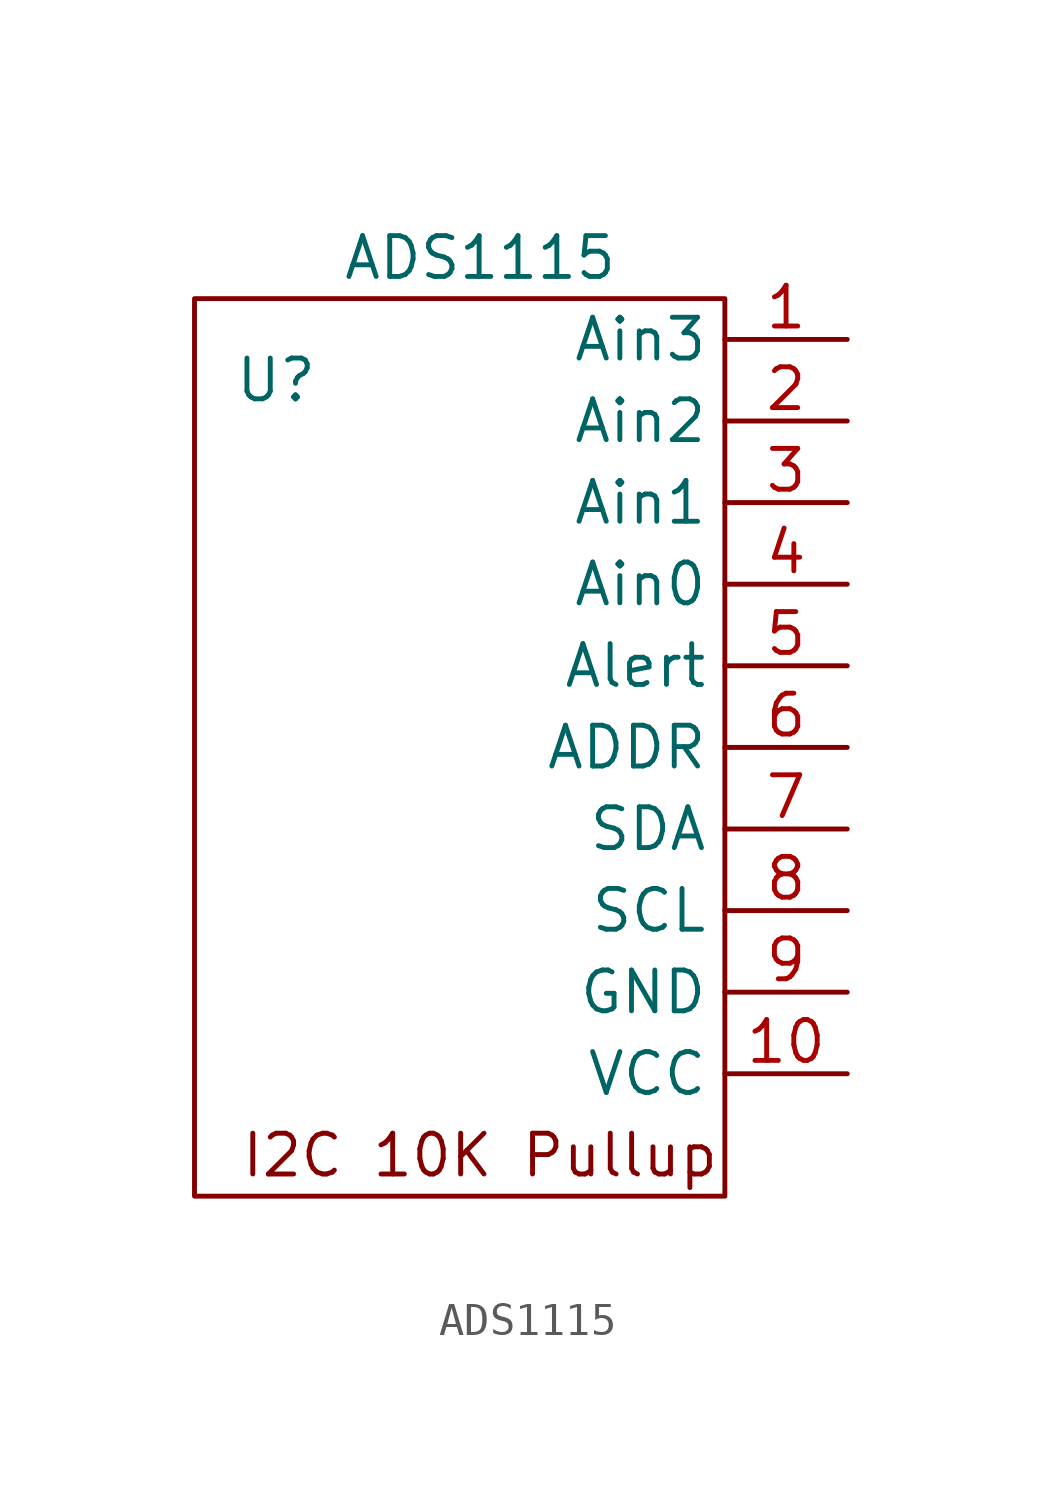
<source format=kicad_sym>
(kicad_symbol_lib
  (version 20211014)
  (generator kicad_symbol_editor)
  (symbol "ADS1115"
    (property "Reference" "U"
      (at 2.54 -2.54 0)
      (effects (font (size 1.27 1.27))))
    (property "Value" "ADS1115"
      (at 8.89 1.27 0)
      (effects (font (size 1.27 1.27))))
    (symbol "ADS1115_0_0"
      (text "I2C 10K Pullup" (at 8.89 -26.67 0) (effects (font (size 1.27 1.27)))))
    (symbol "ADS1115_0_1"
      (rectangle (start 0 0) (end 16.51 -27.94) (stroke (width 0) (type default) (color 0 0 0 0)) (fill (type none))))
    (symbol "ADS1115_1_1"
      (pin passive line (at 20.32 -1.27 180) (length 3.81) (name "Ain3" (effects (font (size 1.27 1.27)))) (number "1" (effects (font (size 1.27 1.27)))))
      (pin passive line (at 20.32 -24.13 180) (length 3.81) (name "VCC" (effects (font (size 1.27 1.27)))) (number "10" (effects (font (size 1.27 1.27)))))
      (pin passive line (at 20.32 -3.81 180) (length 3.81) (name "Ain2" (effects (font (size 1.27 1.27)))) (number "2" (effects (font (size 1.27 1.27)))))
      (pin passive line (at 20.32 -6.35 180) (length 3.81) (name "Ain1" (effects (font (size 1.27 1.27)))) (number "3" (effects (font (size 1.27 1.27)))))
      (pin passive line (at 20.32 -8.89 180) (length 3.81) (name "Ain0" (effects (font (size 1.27 1.27)))) (number "4" (effects (font (size 1.27 1.27)))))
      (pin passive line (at 20.32 -11.43 180) (length 3.81) (name "Alert" (effects (font (size 1.27 1.27)))) (number "5" (effects (font (size 1.27 1.27)))))
      (pin passive line (at 20.32 -13.97 180) (length 3.81) (name "ADDR" (effects (font (size 1.27 1.27)))) (number "6" (effects (font (size 1.27 1.27)))))
      (pin passive line (at 20.32 -16.51 180) (length 3.81) (name "SDA" (effects (font (size 1.27 1.27)))) (number "7" (effects (font (size 1.27 1.27)))))
      (pin passive line (at 20.32 -19.05 180) (length 3.81) (name "SCL" (effects (font (size 1.27 1.27)))) (number "8" (effects (font (size 1.27 1.27)))))
      (pin passive line (at 20.32 -21.59 180) (length 3.81) (name "GND" (effects (font (size 1.27 1.27)))) (number "9" (effects (font (size 1.27 1.27))))))))
</source>
